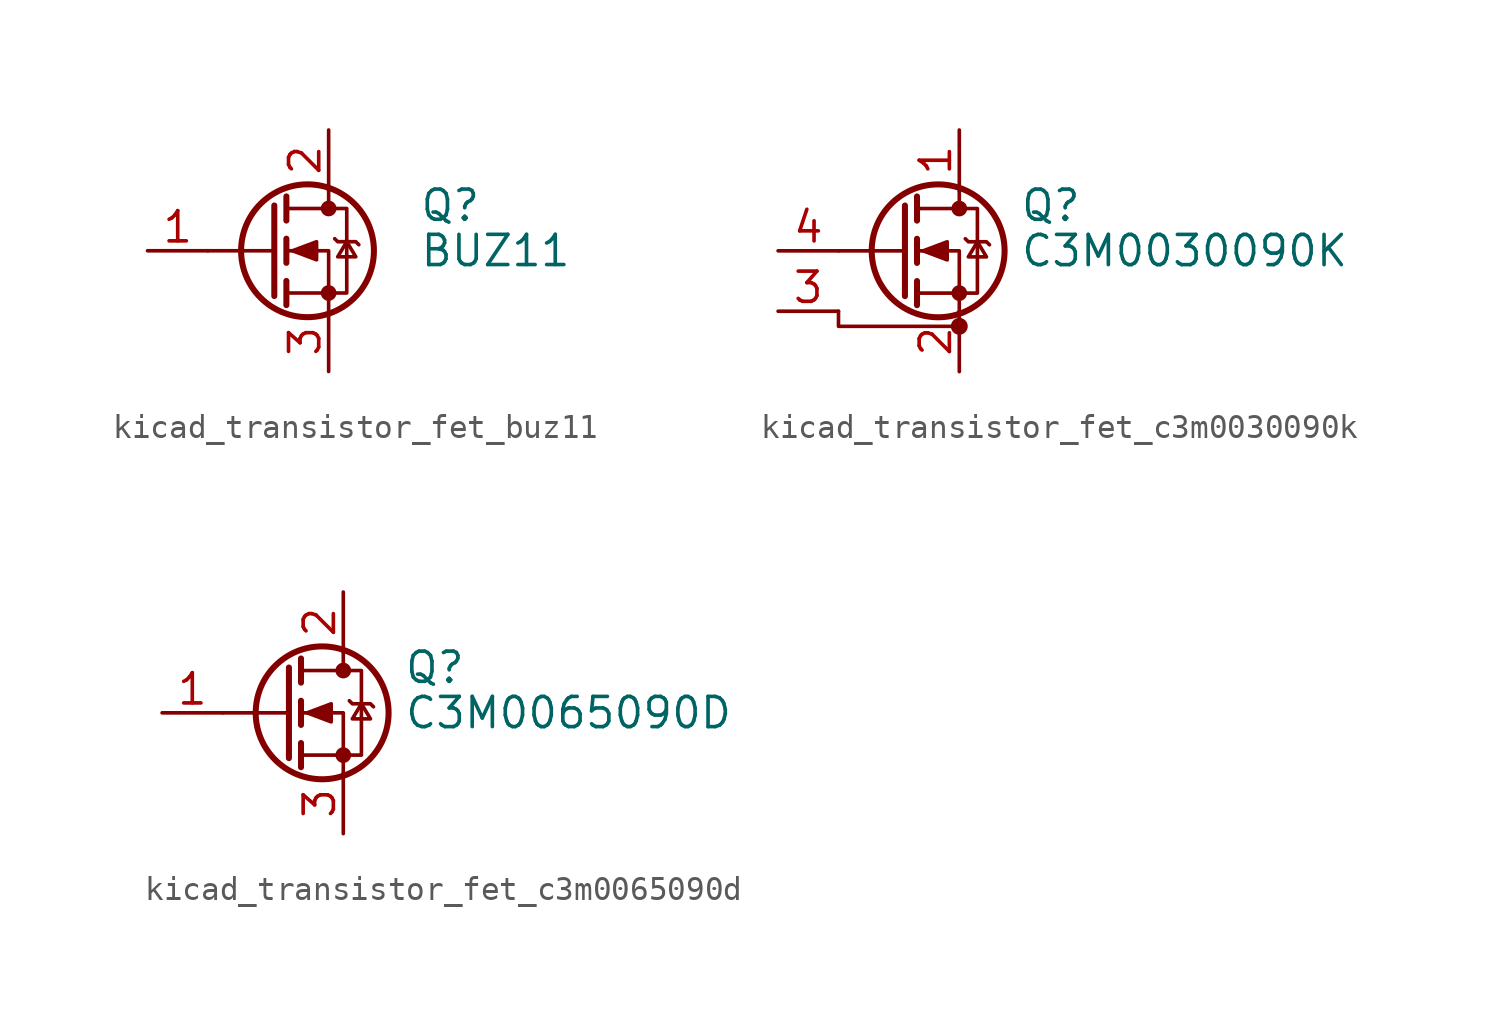
<source format=kicad_sym>
(kicad_symbol_lib
  (version 20220914)
  (generator kicad_symbol_editor)
  (symbol "kicad_transistor_fet_buz11"
    (pin_names hide)
    (property "Reference" "Q"
      (at 6.35 1.905 0)
      (effects (font (size 1.27 1.27)) (justify left)))
    (property "Value" "BUZ11"
      (at 6.35 0 0)
      (effects (font (size 1.27 1.27)) (justify left)))
    (symbol "kicad_transistor_fet_buz11_0_1"
      (polyline (pts (xy 0.254 0) (xy -2.54 0)) (stroke (width 0) (type default)) (fill (type none)))
      (polyline (pts (xy 0.254 1.905) (xy 0.254 -1.905)) (stroke (width 0.254) (type default)) (fill (type none)))
      (polyline (pts (xy 0.762 -1.27) (xy 0.762 -2.286)) (stroke (width 0.254) (type default)) (fill (type none)))
      (polyline (pts (xy 0.762 0.508) (xy 0.762 -0.508)) (stroke (width 0.254) (type default)) (fill (type none)))
      (polyline (pts (xy 0.762 2.286) (xy 0.762 1.27)) (stroke (width 0.254) (type default)) (fill (type none)))
      (polyline (pts (xy 2.54 2.54) (xy 2.54 1.778)) (stroke (width 0) (type default)) (fill (type none)))
      (polyline (pts (xy 2.54 -2.54) (xy 2.54 0) (xy 0.762 0)) (stroke (width 0) (type default)) (fill (type none)))
      (polyline (pts (xy 0.762 -1.778) (xy 3.302 -1.778) (xy 3.302 1.778) (xy 0.762 1.778)) (stroke (width 0) (type default)) (fill (type none)))
      (polyline (pts (xy 1.016 0) (xy 2.032 0.381) (xy 2.032 -0.381) (xy 1.016 0)) (stroke (width 0) (type default)) (fill (type outline)))
      (polyline (pts (xy 2.794 0.508) (xy 2.921 0.381) (xy 3.683 0.381) (xy 3.81 0.254)) (stroke (width 0) (type default)) (fill (type none)))
      (polyline (pts (xy 3.302 0.381) (xy 2.921 -0.254) (xy 3.683 -0.254) (xy 3.302 0.381)) (stroke (width 0) (type default)) (fill (type none)))
      (circle (center 1.651 0) (radius 2.794) (stroke (width 0.254) (type default)) (fill (type none)))
      (circle (center 2.54 -1.778) (radius 0.254) (stroke (width 0) (type default)) (fill (type outline)))
      (circle (center 2.54 1.778) (radius 0.254) (stroke (width 0) (type default)) (fill (type outline))))
    (symbol "kicad_transistor_fet_buz11_1_1"
      (pin input line (at -5.08 0 0) (length 2.54) (name "G" (effects (font (size 1.27 1.27)))) (number "1" (effects (font (size 1.27 1.27)))))
      (pin passive line (at 2.54 5.08 270) (length 2.54) (name "D" (effects (font (size 1.27 1.27)))) (number "2" (effects (font (size 1.27 1.27)))))
      (pin passive line (at 2.54 -5.08 90) (length 2.54) (name "S" (effects (font (size 1.27 1.27)))) (number "3" (effects (font (size 1.27 1.27)))))))
  (symbol "kicad_transistor_fet_c3m0030090k"
    (pin_names hide)
    (property "Reference" "Q"
      (at 5.08 1.905 0)
      (effects (font (size 1.27 1.27)) (justify left)))
    (property "Value" "C3M0030090K"
      (at 5.08 0 0)
      (effects (font (size 1.27 1.27)) (justify left)))
    (symbol "kicad_transistor_fet_c3m0030090k_0_1"
      (polyline (pts (xy 0.254 0) (xy -2.54 0)) (stroke (width 0) (type default)) (fill (type none)))
      (polyline (pts (xy 0.254 1.905) (xy 0.254 -1.905)) (stroke (width 0.254) (type default)) (fill (type none)))
      (polyline (pts (xy 0.762 -1.27) (xy 0.762 -2.286)) (stroke (width 0.254) (type default)) (fill (type none)))
      (polyline (pts (xy 0.762 0.508) (xy 0.762 -0.508)) (stroke (width 0.254) (type default)) (fill (type none)))
      (polyline (pts (xy 0.762 2.286) (xy 0.762 1.27)) (stroke (width 0.254) (type default)) (fill (type none)))
      (polyline (pts (xy 2.54 2.54) (xy 2.54 1.778)) (stroke (width 0) (type default)) (fill (type none)))
      (polyline (pts (xy -2.54 -2.54) (xy -2.54 -3.175) (xy 2.54 -3.175)) (stroke (width 0) (type default)) (fill (type none)))
      (polyline (pts (xy 2.54 -2.54) (xy 2.54 0) (xy 0.762 0)) (stroke (width 0) (type default)) (fill (type none)))
      (polyline (pts (xy 0.762 -1.778) (xy 3.302 -1.778) (xy 3.302 1.778) (xy 0.762 1.778)) (stroke (width 0) (type default)) (fill (type none)))
      (polyline (pts (xy 1.016 0) (xy 2.032 0.381) (xy 2.032 -0.381) (xy 1.016 0)) (stroke (width 0) (type default)) (fill (type outline)))
      (polyline (pts (xy 2.794 0.508) (xy 2.921 0.381) (xy 3.683 0.381) (xy 3.81 0.254)) (stroke (width 0) (type default)) (fill (type none)))
      (polyline (pts (xy 3.302 0.381) (xy 2.921 -0.254) (xy 3.683 -0.254) (xy 3.302 0.381)) (stroke (width 0) (type default)) (fill (type none)))
      (circle (center 1.651 0) (radius 2.794) (stroke (width 0.254) (type default)) (fill (type none)))
      (circle (center 2.54 -3.175) (radius 0.279) (stroke (width 0) (type default)) (fill (type outline)))
      (circle (center 2.54 -1.778) (radius 0.254) (stroke (width 0) (type default)) (fill (type outline)))
      (circle (center 2.54 1.778) (radius 0.254) (stroke (width 0) (type default)) (fill (type outline))))
    (symbol "kicad_transistor_fet_c3m0030090k_1_1"
      (pin passive line (at 2.54 5.08 270) (length 2.54) (name "D" (effects (font (size 1.27 1.27)))) (number "1" (effects (font (size 1.27 1.27)))))
      (pin passive line (at 2.54 -5.08 90) (length 2.54) (name "S" (effects (font (size 1.27 1.27)))) (number "2" (effects (font (size 1.27 1.27)))))
      (pin passive line (at -5.08 -2.54 0) (length 2.54) (name "DS" (effects (font (size 1.27 1.27)))) (number "3" (effects (font (size 1.27 1.27)))))
      (pin input line (at -5.08 0 0) (length 2.54) (name "G" (effects (font (size 1.27 1.27)))) (number "4" (effects (font (size 1.27 1.27)))))))
  (symbol "kicad_transistor_fet_c3m0065090d"
    (pin_names hide)
    (property "Reference" "Q"
      (at 5.08 1.905 0)
      (effects (font (size 1.27 1.27)) (justify left)))
    (property "Value" "C3M0065090D"
      (at 5.08 0 0)
      (effects (font (size 1.27 1.27)) (justify left)))
    (symbol "kicad_transistor_fet_c3m0065090d_0_1"
      (polyline (pts (xy 0.254 0) (xy -2.54 0)) (stroke (width 0) (type default)) (fill (type none)))
      (polyline (pts (xy 0.254 1.905) (xy 0.254 -1.905)) (stroke (width 0.254) (type default)) (fill (type none)))
      (polyline (pts (xy 0.762 -1.27) (xy 0.762 -2.286)) (stroke (width 0.254) (type default)) (fill (type none)))
      (polyline (pts (xy 0.762 0.508) (xy 0.762 -0.508)) (stroke (width 0.254) (type default)) (fill (type none)))
      (polyline (pts (xy 0.762 2.286) (xy 0.762 1.27)) (stroke (width 0.254) (type default)) (fill (type none)))
      (polyline (pts (xy 2.54 2.54) (xy 2.54 1.778)) (stroke (width 0) (type default)) (fill (type none)))
      (polyline (pts (xy 2.54 -2.54) (xy 2.54 0) (xy 0.762 0)) (stroke (width 0) (type default)) (fill (type none)))
      (polyline (pts (xy 0.762 -1.778) (xy 3.302 -1.778) (xy 3.302 1.778) (xy 0.762 1.778)) (stroke (width 0) (type default)) (fill (type none)))
      (polyline (pts (xy 1.016 0) (xy 2.032 0.381) (xy 2.032 -0.381) (xy 1.016 0)) (stroke (width 0) (type default)) (fill (type outline)))
      (polyline (pts (xy 2.794 0.508) (xy 2.921 0.381) (xy 3.683 0.381) (xy 3.81 0.254)) (stroke (width 0) (type default)) (fill (type none)))
      (polyline (pts (xy 3.302 0.381) (xy 2.921 -0.254) (xy 3.683 -0.254) (xy 3.302 0.381)) (stroke (width 0) (type default)) (fill (type none)))
      (circle (center 1.651 0) (radius 2.794) (stroke (width 0.254) (type default)) (fill (type none)))
      (circle (center 2.54 -1.778) (radius 0.254) (stroke (width 0) (type default)) (fill (type outline)))
      (circle (center 2.54 1.778) (radius 0.254) (stroke (width 0) (type default)) (fill (type outline))))
    (symbol "kicad_transistor_fet_c3m0065090d_1_1"
      (pin input line (at -5.08 0 0) (length 2.54) (name "G" (effects (font (size 1.27 1.27)))) (number "1" (effects (font (size 1.27 1.27)))))
      (pin passive line (at 2.54 5.08 270) (length 2.54) (name "D" (effects (font (size 1.27 1.27)))) (number "2" (effects (font (size 1.27 1.27)))))
      (pin passive line (at 2.54 -5.08 90) (length 2.54) (name "S" (effects (font (size 1.27 1.27)))) (number "3" (effects (font (size 1.27 1.27))))))))
</source>
